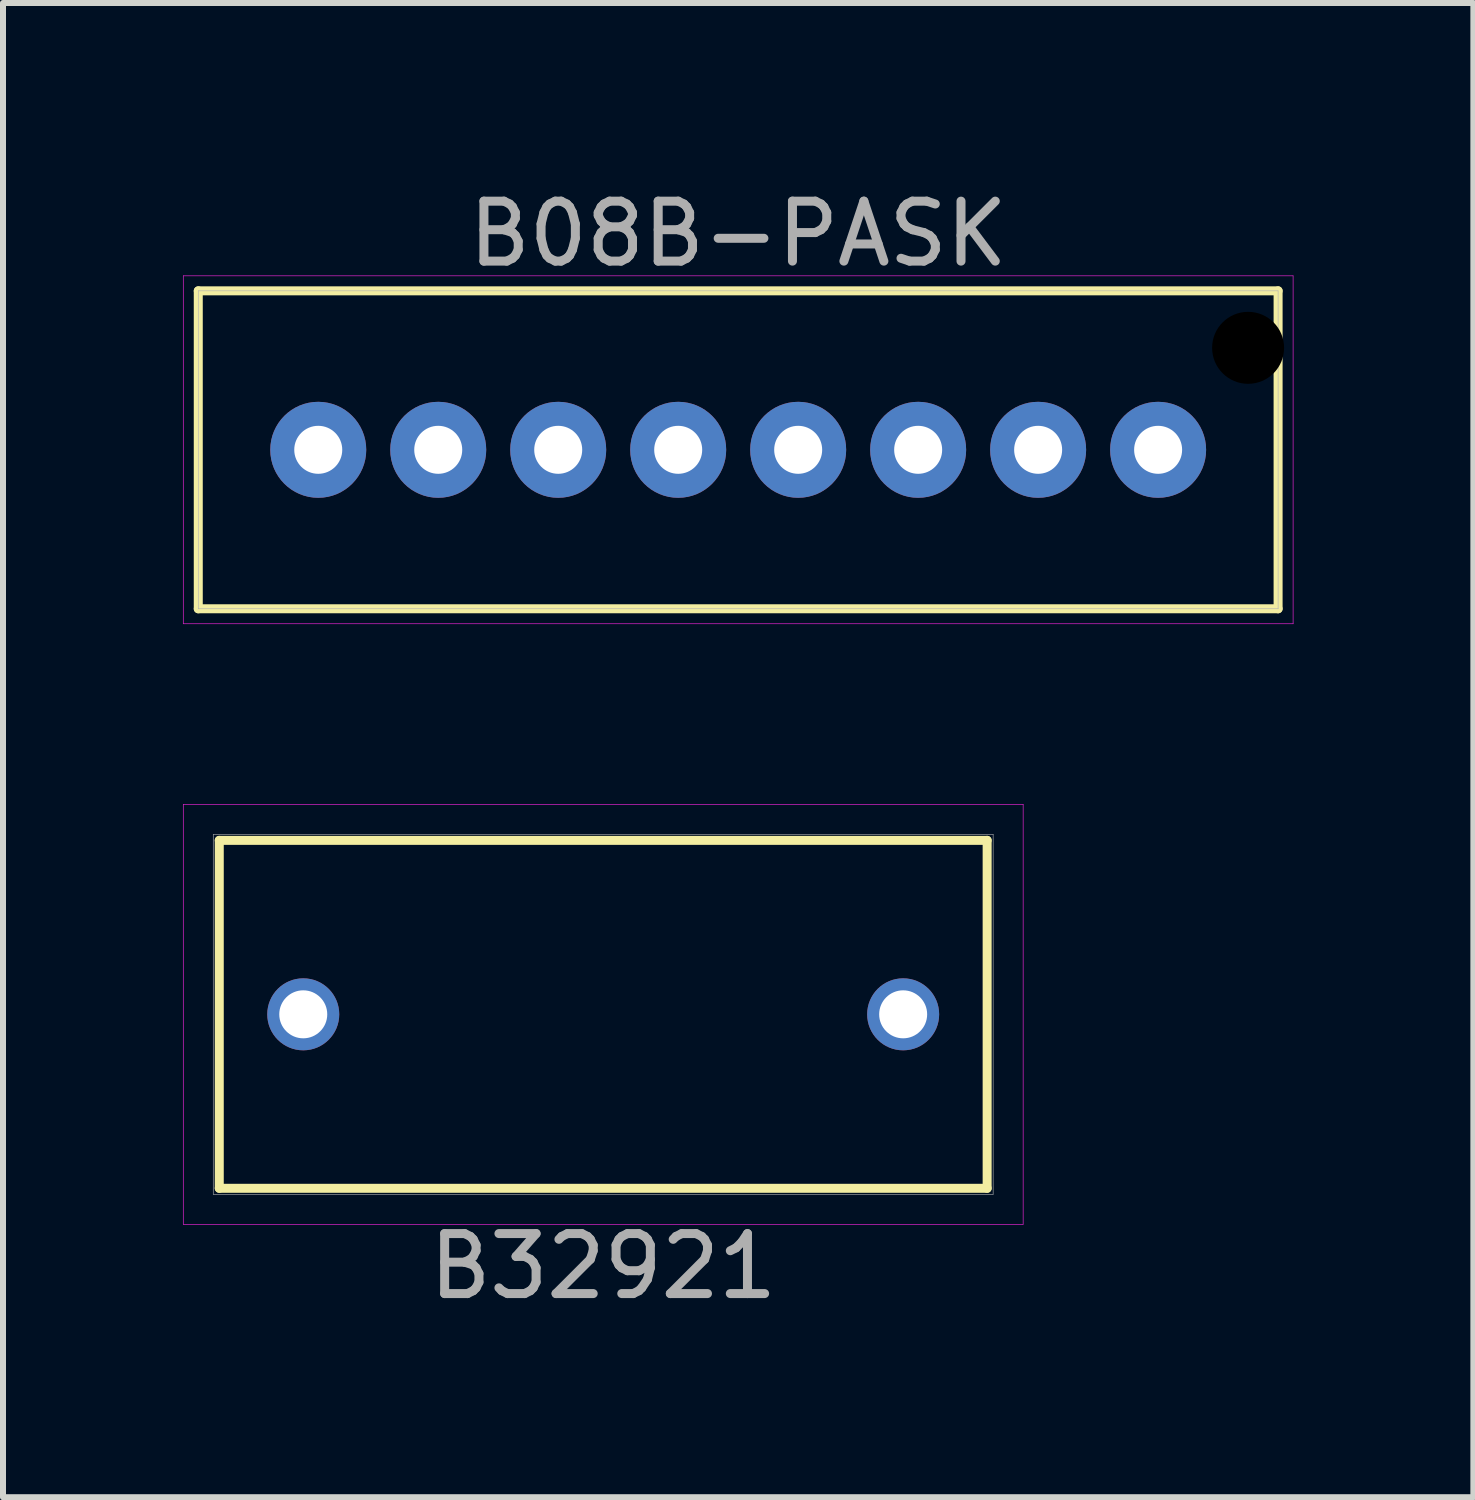
<source format=kicad_pcb>
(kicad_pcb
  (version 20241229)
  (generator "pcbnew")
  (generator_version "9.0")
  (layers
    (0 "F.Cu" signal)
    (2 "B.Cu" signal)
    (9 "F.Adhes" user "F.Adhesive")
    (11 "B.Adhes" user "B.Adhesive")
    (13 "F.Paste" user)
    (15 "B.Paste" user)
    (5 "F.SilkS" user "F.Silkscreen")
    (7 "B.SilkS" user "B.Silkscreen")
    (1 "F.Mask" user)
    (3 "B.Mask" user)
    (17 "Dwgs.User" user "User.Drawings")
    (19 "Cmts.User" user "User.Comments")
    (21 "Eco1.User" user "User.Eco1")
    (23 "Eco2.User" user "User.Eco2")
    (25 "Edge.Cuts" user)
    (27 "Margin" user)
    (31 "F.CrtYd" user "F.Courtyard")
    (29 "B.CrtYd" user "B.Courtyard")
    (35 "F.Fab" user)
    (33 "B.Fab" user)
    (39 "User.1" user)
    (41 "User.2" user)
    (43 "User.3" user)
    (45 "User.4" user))
  (footprint "B08B-PASK"
    (layer "F.Cu")
    (at 9.255 4.448)
    (property "Reference" "B08B-PASK" (at 0 -3.6 0) (layer "F.Fab") (effects (font (size 1 1) (thickness 0.15))))
    (attr through_hole)
    (fp_line (start -9 -2.65) (end 9 -2.65) (stroke (width 0.15) (type solid)) (layer "F.SilkS"))
    (fp_line (start -9 2.65) (end -9 -2.65) (stroke (width 0.15) (type solid)) (layer "F.SilkS"))
    (fp_line (start 9 -2.65) (end 9 2.65) (stroke (width 0.15) (type solid)) (layer "F.SilkS"))
    (fp_line (start 9 2.65) (end -9 2.65) (stroke (width 0.15) (type solid)) (layer "F.SilkS"))
    (fp_line (start -9.25 -2.9) (end 9.25 -2.9) (stroke (width 0.01) (type solid)) (layer "F.CrtYd"))
    (fp_line (start -9.25 2.9) (end -9.25 -2.9) (stroke (width 0.01) (type solid)) (layer "F.CrtYd"))
    (fp_line (start 9.25 -2.9) (end 9.25 2.9) (stroke (width 0.01) (type solid)) (layer "F.CrtYd"))
    (fp_line (start 9.25 2.9) (end -9.25 2.9) (stroke (width 0.01) (type solid)) (layer "F.CrtYd"))
    (fp_line (start -9 -2.65) (end 9 -2.65) (stroke (width 0.01) (type solid)) (layer "F.Fab"))
    (fp_line (start -9 2.65) (end -9 -2.65) (stroke (width 0.01) (type solid)) (layer "F.Fab"))
    (fp_line (start -7.25 -0.25) (end -6.75 -0.25) (stroke (width 0.01) (type solid)) (layer "F.Fab"))
    (fp_line (start -7.25 0.25) (end -7.25 -0.25) (stroke (width 0.01) (type solid)) (layer "F.Fab"))
    (fp_line (start -6.75 -0.25) (end -6.75 0.25) (stroke (width 0.01) (type solid)) (layer "F.Fab"))
    (fp_line (start -6.75 0.25) (end -7.25 0.25) (stroke (width 0.01) (type solid)) (layer "F.Fab"))
    (fp_line (start -5.25 -0.25) (end -4.75 -0.25) (stroke (width 0.01) (type solid)) (layer "F.Fab"))
    (fp_line (start -5.25 0.25) (end -5.25 -0.25) (stroke (width 0.01) (type solid)) (layer "F.Fab"))
    (fp_line (start -4.75 -0.25) (end -4.75 0.25) (stroke (width 0.01) (type solid)) (layer "F.Fab"))
    (fp_line (start -4.75 0.25) (end -5.25 0.25) (stroke (width 0.01) (type solid)) (layer "F.Fab"))
    (fp_line (start -3.25 -0.25) (end -2.75 -0.25) (stroke (width 0.01) (type solid)) (layer "F.Fab"))
    (fp_line (start -3.25 0.25) (end -3.25 -0.25) (stroke (width 0.01) (type solid)) (layer "F.Fab"))
    (fp_line (start -2.75 -0.25) (end -2.75 0.25) (stroke (width 0.01) (type solid)) (layer "F.Fab"))
    (fp_line (start -2.75 0.25) (end -3.25 0.25) (stroke (width 0.01) (type solid)) (layer "F.Fab"))
    (fp_line (start -1.25 -0.25) (end -0.75 -0.25) (stroke (width 0.01) (type solid)) (layer "F.Fab"))
    (fp_line (start -1.25 0.25) (end -1.25 -0.25) (stroke (width 0.01) (type solid)) (layer "F.Fab"))
    (fp_line (start -0.75 -0.25) (end -0.75 0.25) (stroke (width 0.01) (type solid)) (layer "F.Fab"))
    (fp_line (start -0.75 0.25) (end -1.25 0.25) (stroke (width 0.01) (type solid)) (layer "F.Fab"))
    (fp_line (start 0.75 -0.25) (end 1.25 -0.25) (stroke (width 0.01) (type solid)) (layer "F.Fab"))
    (fp_line (start 0.75 0.25) (end 0.75 -0.25) (stroke (width 0.01) (type solid)) (layer "F.Fab"))
    (fp_line (start 1.25 -0.25) (end 1.25 0.25) (stroke (width 0.01) (type solid)) (layer "F.Fab"))
    (fp_line (start 1.25 0.25) (end 0.75 0.25) (stroke (width 0.01) (type solid)) (layer "F.Fab"))
    (fp_line (start 2.75 -0.25) (end 3.25 -0.25) (stroke (width 0.01) (type solid)) (layer "F.Fab"))
    (fp_line (start 2.75 0.25) (end 2.75 -0.25) (stroke (width 0.01) (type solid)) (layer "F.Fab"))
    (fp_line (start 3.25 -0.25) (end 3.25 0.25) (stroke (width 0.01) (type solid)) (layer "F.Fab"))
    (fp_line (start 3.25 0.25) (end 2.75 0.25) (stroke (width 0.01) (type solid)) (layer "F.Fab"))
    (fp_line (start 4.75 -0.25) (end 5.25 -0.25) (stroke (width 0.01) (type solid)) (layer "F.Fab"))
    (fp_line (start 4.75 0.25) (end 4.75 -0.25) (stroke (width 0.01) (type solid)) (layer "F.Fab"))
    (fp_line (start 5.25 -0.25) (end 5.25 0.25) (stroke (width 0.01) (type solid)) (layer "F.Fab"))
    (fp_line (start 5.25 0.25) (end 4.75 0.25) (stroke (width 0.01) (type solid)) (layer "F.Fab"))
    (fp_line (start 6.75 -0.25) (end 7.25 -0.25) (stroke (width 0.01) (type solid)) (layer "F.Fab"))
    (fp_line (start 6.75 0.25) (end 6.75 -0.25) (stroke (width 0.01) (type solid)) (layer "F.Fab"))
    (fp_line (start 7.25 -0.25) (end 7.25 0.25) (stroke (width 0.01) (type solid)) (layer "F.Fab"))
    (fp_line (start 7.25 0.25) (end 6.75 0.25) (stroke (width 0.01) (type solid)) (layer "F.Fab"))
    (fp_line (start 8.1 -2.1) (end 8.9 -2.1) (stroke (width 0.01) (type solid)) (layer "F.Fab"))
    (fp_line (start 8.1 -1.3) (end 8.1 -2.1) (stroke (width 0.01) (type solid)) (layer "F.Fab"))
    (fp_line (start 8.9 -2.1) (end 8.9 -1.3) (stroke (width 0.01) (type solid)) (layer "F.Fab"))
    (fp_line (start 8.9 -1.3) (end 8.1 -1.3) (stroke (width 0.01) (type solid)) (layer "F.Fab"))
    (fp_line (start 9 -2.65) (end 9 2.65) (stroke (width 0.01) (type solid)) (layer "F.Fab"))
    (fp_line (start 9 2.65) (end -9 2.65) (stroke (width 0.01) (type solid)) (layer "F.Fab"))
    (pad "" np_thru_hole circle (at 8.5 -1.7) (size 1.2 1.2) (drill 1.2) (layers "*.Mask"))
    (pad "1" thru_hole circle (at 7 0) (size 1.6 1.6) (drill 0.8) (layers "*.Cu" "*.Mask"))
    (pad "2" thru_hole circle (at 5 0) (size 1.6 1.6) (drill 0.8) (layers "*.Cu" "*.Mask"))
    (pad "3" thru_hole circle (at 3 0) (size 1.6 1.6) (drill 0.8) (layers "*.Cu" "*.Mask"))
    (pad "4" thru_hole circle (at 1 0) (size 1.6 1.6) (drill 0.8) (layers "*.Cu" "*.Mask"))
    (pad "5" thru_hole circle (at -1 0) (size 1.6 1.6) (drill 0.8) (layers "*.Cu" "*.Mask"))
    (pad "6" thru_hole circle (at -3 0) (size 1.6 1.6) (drill 0.8) (layers "*.Cu" "*.Mask"))
    (pad "7" thru_hole circle (at -5 0) (size 1.6 1.6) (drill 0.8) (layers "*.Cu" "*.Mask"))
    (pad "8" thru_hole circle (at -7 0) (size 1.6 1.6) (drill 0.8) (layers "*.Cu" "*.Mask")))
  (footprint "B32921"
    (layer "F.Cu")
    (at 7.005 13.858)
    (property "Reference" "B32921" (at 0 4.2 0) (layer "F.Fab") (effects (font (size 1 1) (thickness 0.15))))
    (attr through_hole)
    (fp_line (start -6.4 -2.9) (end 6.4 -2.9) (stroke (width 0.15) (type solid)) (layer "F.SilkS"))
    (fp_line (start -6.4 2.9) (end -6.4 -2.9) (stroke (width 0.15) (type solid)) (layer "F.SilkS"))
    (fp_line (start 6.4 -2.9) (end 6.4 2.9) (stroke (width 0.15) (type solid)) (layer "F.SilkS"))
    (fp_line (start 6.4 2.9) (end -6.4 2.9) (stroke (width 0.15) (type solid)) (layer "F.SilkS"))
    (fp_line (start -7 -3.5) (end 7 -3.5) (stroke (width 0.01) (type solid)) (layer "F.CrtYd"))
    (fp_line (start -7 3.5) (end -7 -3.5) (stroke (width 0.01) (type solid)) (layer "F.CrtYd"))
    (fp_line (start 7 -3.5) (end 7 3.5) (stroke (width 0.01) (type solid)) (layer "F.CrtYd"))
    (fp_line (start 7 3.5) (end -7 3.5) (stroke (width 0.01) (type solid)) (layer "F.CrtYd"))
    (fp_line (start -6.5 -3) (end -6.5 3) (stroke (width 0.01) (type solid)) (layer "F.Fab"))
    (fp_line (start -6.5 3) (end 6.5 3) (stroke (width 0.01) (type solid)) (layer "F.Fab"))
    (fp_line (start 6.5 -3) (end -6.5 -3) (stroke (width 0.01) (type solid)) (layer "F.Fab"))
    (fp_line (start 6.5 3) (end 6.5 -3) (stroke (width 0.01) (type solid)) (layer "F.Fab"))
    (pad "1" thru_hole circle (at -5 0) (size 1.2 1.2) (drill 0.8) (layers "*.Cu" "*.Mask"))
    (pad "2" thru_hole circle (at 5 0) (size 1.2 1.2) (drill 0.8) (layers "*.Cu" "*.Mask")))
  (gr_rect
    (start -3 -3)
    (end 21.51 21.907)
    (stroke (width 0.1) (type default))
    (fill no)
    (layer "Edge.Cuts")))
</source>
